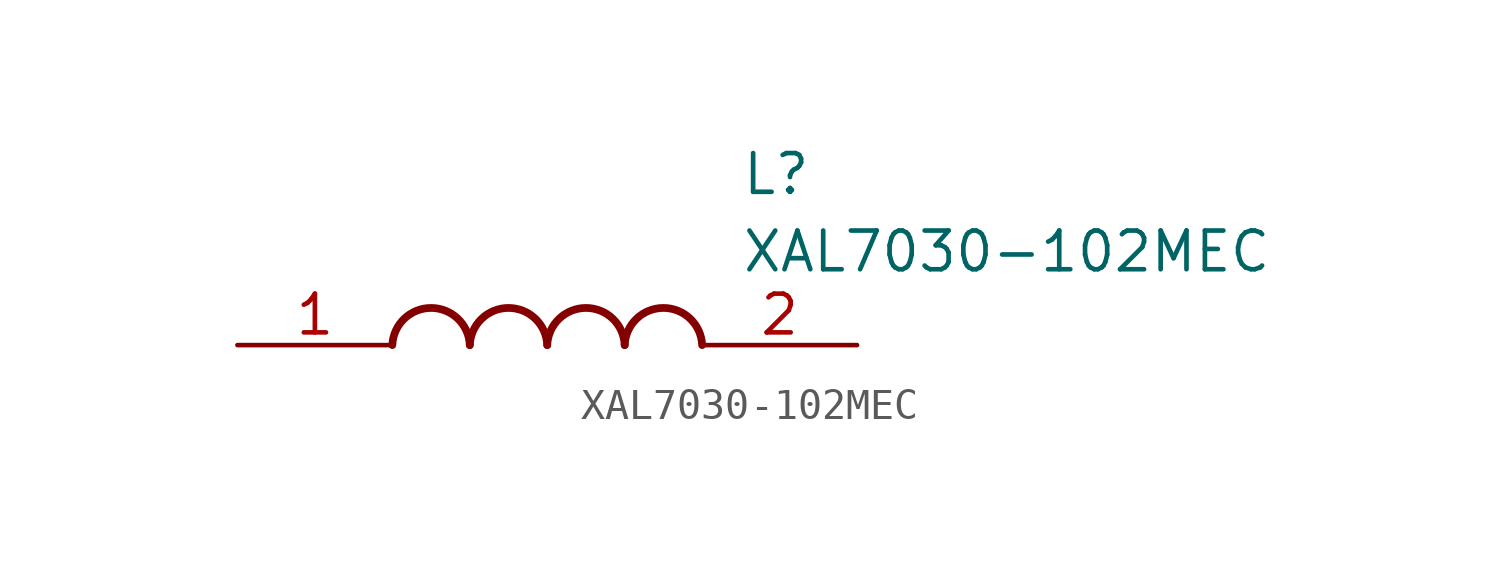
<source format=kicad_sym>
(kicad_symbol_lib
  (version 20211014)
  (generator SamacSys_ECAD_Model)
  (symbol "XAL7030-102MEC"
    (pin_names hide)
    (property "Reference" "L"
      (at 16.51 6.35 0)
      (effects (font (size 1.27 1.27)) (justify left top)))
    (property "Value" "XAL7030-102MEC"
      (at 16.51 3.81 0)
      (effects (font (size 1.27 1.27)) (justify left top)))
    (arc
      (start 7.62 0)
      (mid 6.35 1.219)
      (end 5.08 0)
      (stroke (width 0.254) (type default))
      (fill (type none)))
    (arc
      (start 10.16 0)
      (mid 8.89 1.219)
      (end 7.62 0)
      (stroke (width 0.254) (type default))
      (fill (type none)))
    (arc
      (start 12.7 0)
      (mid 11.43 1.219)
      (end 10.16 0)
      (stroke (width 0.254) (type default))
      (fill (type none)))
    (arc
      (start 15.24 0)
      (mid 13.97 1.219)
      (end 12.7 0)
      (stroke (width 0.254) (type default))
      (fill (type none)))
    (pin passive line
      (at 0 0 0)
      (length 5.08)
      (name "1" (effects (font (size 1.27 1.27))))
      (number "1" (effects (font (size 1.27 1.27)))))
    (pin passive line
      (at 20.32 0 180)
      (length 5.08)
      (name "2" (effects (font (size 1.27 1.27))))
      (number "2" (effects (font (size 1.27 1.27)))))))
</source>
